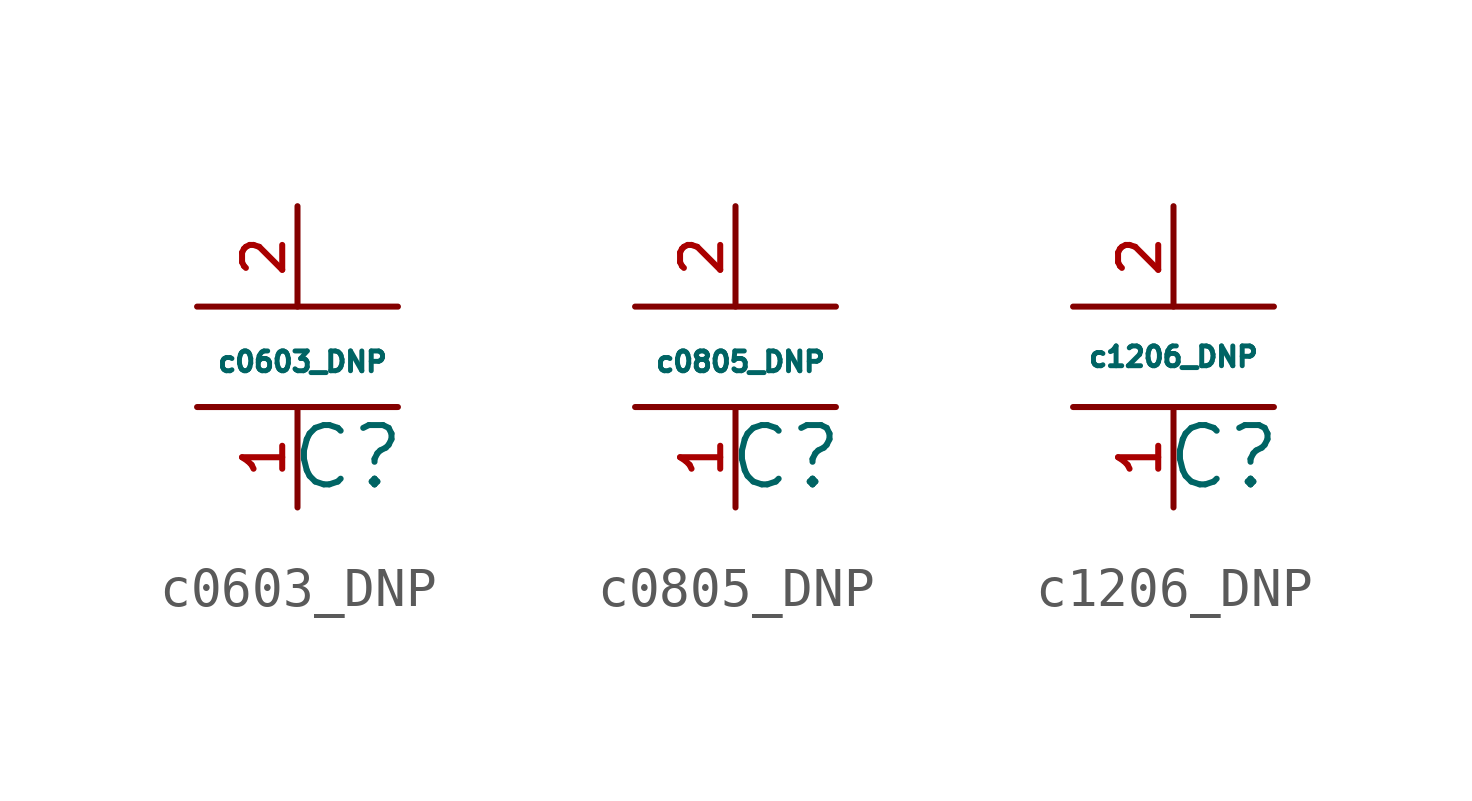
<source format=kicad_sym>
(kicad_symbol_lib
  (version 20211014)
  (generator kicad_symbol_editor)
  (symbol "c0603_DNP"
    (pin_names
      (offset 0.254))
    (property "Reference" "C"
      (at 1.27 -2.54 0)
      (effects (font (size 1.5 1.5))))
    (property "Value" "c0603_DNP"
      (at 0.127 -0.127 0)
      (effects (font (size 0.5 0.5))))
    (symbol "c0603_DNP_0_1"
      (polyline (pts (xy 2.54 -1.27) (xy -2.54 -1.27)) (stroke (width 0) (type default) (color 0 0 0 0)) (fill (type none)))
      (polyline (pts (xy 2.54 1.27) (xy -2.54 1.27)) (stroke (width 0) (type default) (color 0 0 0 0)) (fill (type none))))
    (symbol "c0603_DNP_1_1"
      (pin passive line (at 0 -3.81 90) (length 2.54) (name "~" (effects (font (size 1.016 1.016)))) (number "1" (effects (font (size 1.016 1.016)))))
      (pin passive line (at 0 3.81 270) (length 2.54) (name "~" (effects (font (size 1.016 1.016)))) (number "2" (effects (font (size 1.016 1.016)))))))
  (symbol "c0805_DNP"
    (pin_names
      (offset 0.254))
    (property "Reference" "C"
      (at 1.27 -2.54 0)
      (effects (font (size 1.5 1.5))))
    (property "Value" "c0805_DNP"
      (at 0.127 -0.127 0)
      (effects (font (size 0.5 0.5))))
    (symbol "c0805_DNP_0_1"
      (polyline (pts (xy 2.54 -1.27) (xy -2.54 -1.27)) (stroke (width 0) (type default) (color 0 0 0 0)) (fill (type none)))
      (polyline (pts (xy 2.54 1.27) (xy -2.54 1.27)) (stroke (width 0) (type default) (color 0 0 0 0)) (fill (type none))))
    (symbol "c0805_DNP_1_1"
      (pin passive line (at 0 -3.81 90) (length 2.54) (name "~" (effects (font (size 1.016 1.016)))) (number "1" (effects (font (size 1.016 1.016)))))
      (pin passive line (at 0 3.81 270) (length 2.54) (name "~" (effects (font (size 1.016 1.016)))) (number "2" (effects (font (size 1.016 1.016)))))))
  (symbol "c1206_DNP"
    (pin_names
      (offset 0.254))
    (property "Reference" "C"
      (at 1.27 -2.54 0)
      (effects (font (size 1.5 1.5))))
    (property "Value" "c1206_DNP"
      (at 0 0 0)
      (effects (font (size 0.5 0.5))))
    (symbol "c1206_DNP_0_1"
      (polyline (pts (xy 2.54 -1.27) (xy -2.54 -1.27)) (stroke (width 0) (type default) (color 0 0 0 0)) (fill (type none)))
      (polyline (pts (xy 2.54 1.27) (xy -2.54 1.27)) (stroke (width 0) (type default) (color 0 0 0 0)) (fill (type none))))
    (symbol "c1206_DNP_1_1"
      (pin passive line (at 0 -3.81 90) (length 2.54) (name "~" (effects (font (size 1.016 1.016)))) (number "1" (effects (font (size 1.016 1.016)))))
      (pin passive line (at 0 3.81 270) (length 2.54) (name "~" (effects (font (size 1.016 1.016)))) (number "2" (effects (font (size 1.016 1.016))))))))
</source>
